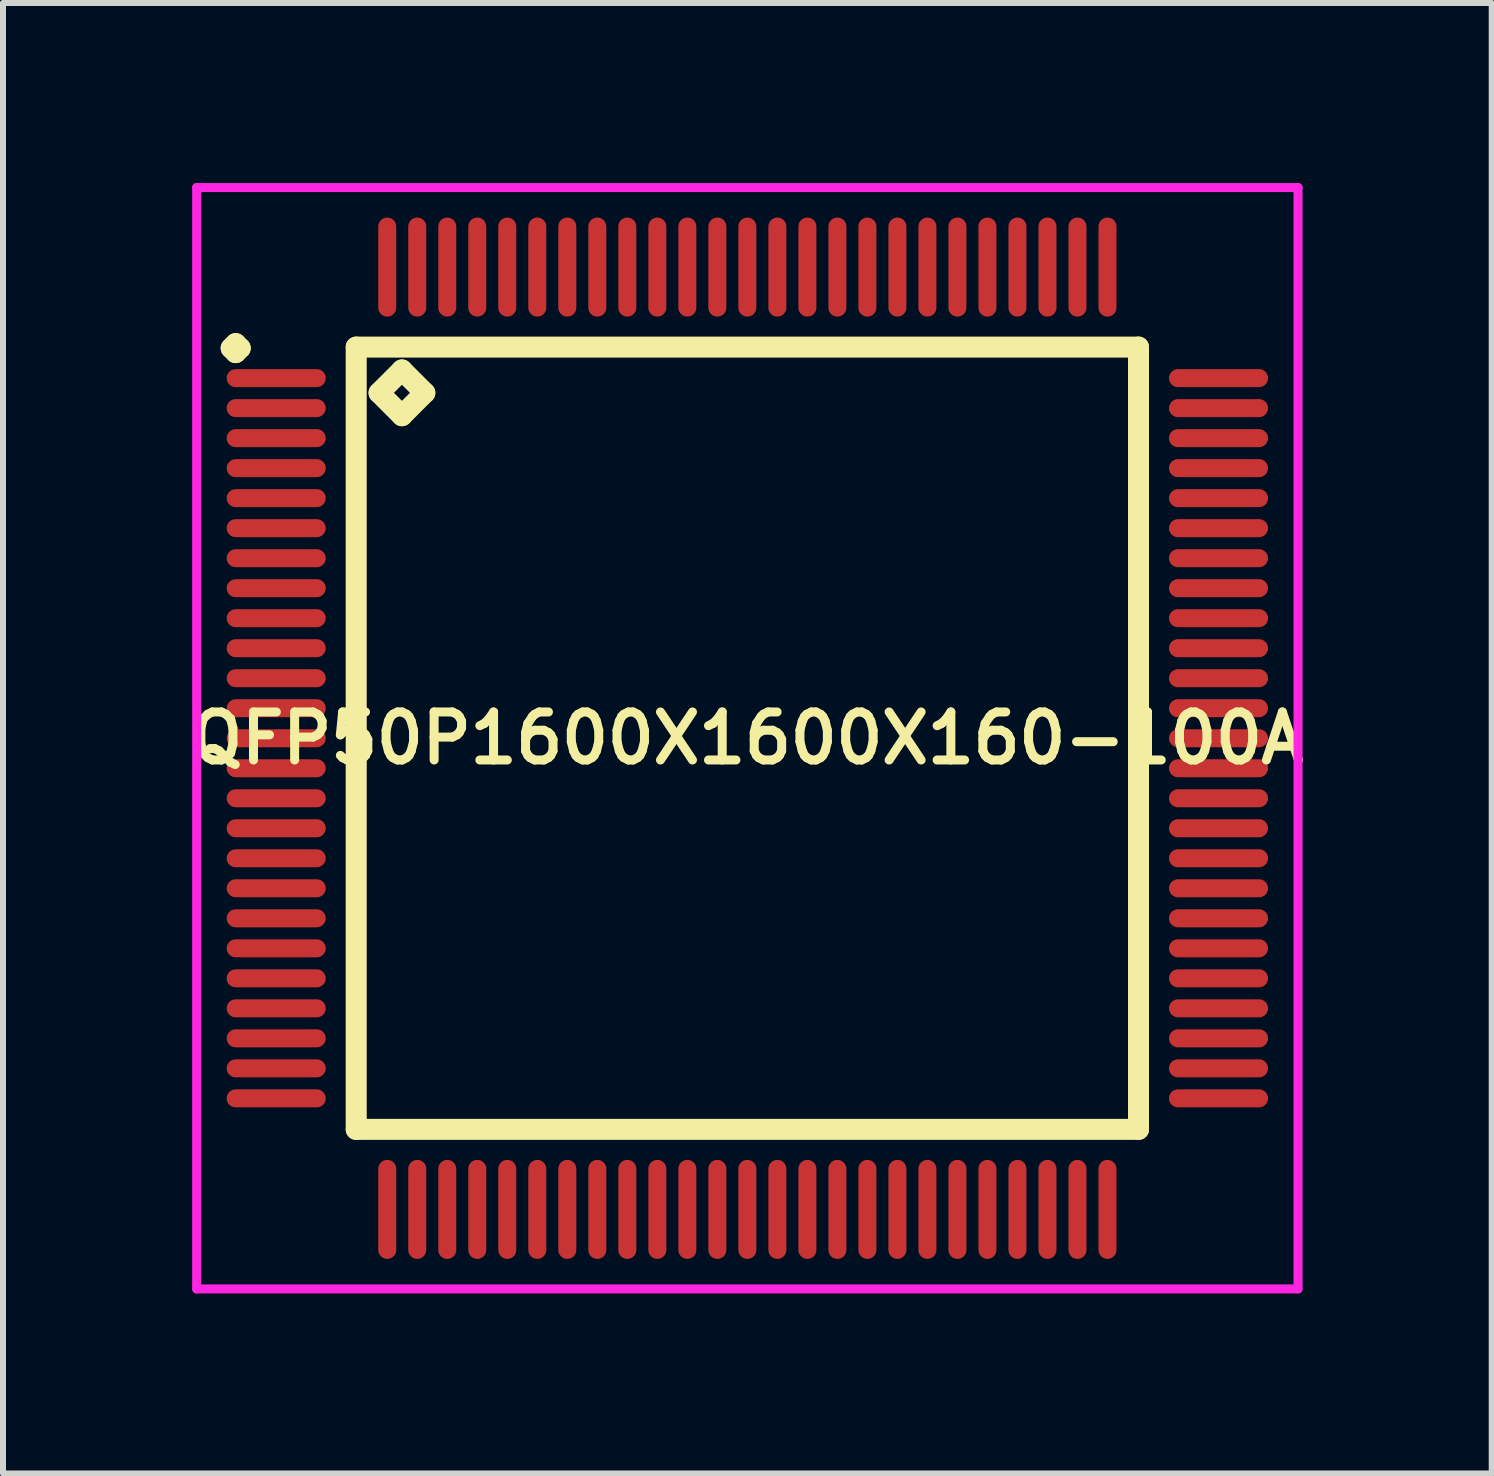
<source format=kicad_pcb>
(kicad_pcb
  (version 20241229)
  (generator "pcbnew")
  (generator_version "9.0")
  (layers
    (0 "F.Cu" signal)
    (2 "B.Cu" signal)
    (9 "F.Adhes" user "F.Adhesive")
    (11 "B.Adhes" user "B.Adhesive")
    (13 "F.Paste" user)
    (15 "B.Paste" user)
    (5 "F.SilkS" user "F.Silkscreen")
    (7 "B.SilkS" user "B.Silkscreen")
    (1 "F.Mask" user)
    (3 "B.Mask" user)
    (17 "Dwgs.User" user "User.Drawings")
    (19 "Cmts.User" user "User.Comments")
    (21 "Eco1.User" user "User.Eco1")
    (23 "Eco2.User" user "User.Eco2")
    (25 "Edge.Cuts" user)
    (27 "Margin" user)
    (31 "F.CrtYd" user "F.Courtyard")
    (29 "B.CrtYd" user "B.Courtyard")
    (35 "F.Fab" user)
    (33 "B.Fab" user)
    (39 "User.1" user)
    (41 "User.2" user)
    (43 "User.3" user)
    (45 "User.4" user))
  (footprint "QFP50P1600X1600X160-100A"
    (layer "F.Cu")
    (at 9.402 9.25)
    (property "Reference" "QFP50P1600X1600X160-100A" (at 0 0 0) (layer "F.SilkS") (effects (font (size 0.8 0.8) (thickness 0.15))))
    (attr smd)
    (fp_line (start -8.6 -6.5) (end -8.525 -6.575) (stroke (width 0.35) (type solid)) (layer "F.SilkS"))
    (fp_line (start -8.525 -6.575) (end -8.45 -6.5) (stroke (width 0.35) (type solid)) (layer "F.SilkS"))
    (fp_line (start -8.525 -6.425) (end -8.6 -6.5) (stroke (width 0.35) (type solid)) (layer "F.SilkS"))
    (fp_line (start -8.45 -6.5) (end -8.525 -6.425) (stroke (width 0.35) (type solid)) (layer "F.SilkS"))
    (fp_line (start -6.517 -6.517) (end -6.517 6.517) (stroke (width 0.35) (type solid)) (layer "F.SilkS"))
    (fp_line (start -6.517 6.517) (end 6.517 6.517) (stroke (width 0.35) (type solid)) (layer "F.SilkS"))
    (fp_line (start -6.136 -5.755) (end -5.755 -6.136) (stroke (width 0.35) (type solid)) (layer "F.SilkS"))
    (fp_line (start -5.755 -6.136) (end -5.374 -5.755) (stroke (width 0.35) (type solid)) (layer "F.SilkS"))
    (fp_line (start -5.755 -5.374) (end -6.136 -5.755) (stroke (width 0.35) (type solid)) (layer "F.SilkS"))
    (fp_line (start -5.374 -5.755) (end -5.755 -5.374) (stroke (width 0.35) (type solid)) (layer "F.SilkS"))
    (fp_line (start 6.517 -6.517) (end -6.517 -6.517) (stroke (width 0.35) (type solid)) (layer "F.SilkS"))
    (fp_line (start 6.517 6.517) (end 6.517 -6.517) (stroke (width 0.35) (type solid)) (layer "F.SilkS"))
    (fp_line (start -9.175 -9.175) (end 9.175 -9.175) (stroke (width 0.15) (type solid)) (layer "F.CrtYd"))
    (fp_line (start -9.175 9.175) (end -9.175 -9.175) (stroke (width 0.15) (type solid)) (layer "F.CrtYd"))
    (fp_line (start 9.175 -9.175) (end 9.175 9.175) (stroke (width 0.15) (type solid)) (layer "F.CrtYd"))
    (fp_line (start 9.175 9.175) (end -9.175 9.175) (stroke (width 0.15) (type solid)) (layer "F.CrtYd"))
    (pad "1" smd oval (at -7.85 -6) (size 1.65 0.3) (layers "F.Cu" "F.Mask" "F.Paste"))
    (pad "2" smd oval (at -7.85 -5.5) (size 1.65 0.3) (layers "F.Cu" "F.Mask" "F.Paste"))
    (pad "3" smd oval (at -7.85 -5) (size 1.65 0.3) (layers "F.Cu" "F.Mask" "F.Paste"))
    (pad "4" smd oval (at -7.85 -4.5) (size 1.65 0.3) (layers "F.Cu" "F.Mask" "F.Paste"))
    (pad "5" smd oval (at -7.85 -4) (size 1.65 0.3) (layers "F.Cu" "F.Mask" "F.Paste"))
    (pad "6" smd oval (at -7.85 -3.5) (size 1.65 0.3) (layers "F.Cu" "F.Mask" "F.Paste"))
    (pad "7" smd oval (at -7.85 -3) (size 1.65 0.3) (layers "F.Cu" "F.Mask" "F.Paste"))
    (pad "8" smd oval (at -7.85 -2.5) (size 1.65 0.3) (layers "F.Cu" "F.Mask" "F.Paste"))
    (pad "9" smd oval (at -7.85 -2) (size 1.65 0.3) (layers "F.Cu" "F.Mask" "F.Paste"))
    (pad "10" smd oval (at -7.85 -1.5) (size 1.65 0.3) (layers "F.Cu" "F.Mask" "F.Paste"))
    (pad "11" smd oval (at -7.85 -1) (size 1.65 0.3) (layers "F.Cu" "F.Mask" "F.Paste"))
    (pad "12" smd oval (at -7.85 -0.5) (size 1.65 0.3) (layers "F.Cu" "F.Mask" "F.Paste"))
    (pad "13" smd oval (at -7.85 0) (size 1.65 0.3) (layers "F.Cu" "F.Mask" "F.Paste"))
    (pad "14" smd oval (at -7.85 0.5) (size 1.65 0.3) (layers "F.Cu" "F.Mask" "F.Paste"))
    (pad "15" smd oval (at -7.85 1) (size 1.65 0.3) (layers "F.Cu" "F.Mask" "F.Paste"))
    (pad "16" smd oval (at -7.85 1.5) (size 1.65 0.3) (layers "F.Cu" "F.Mask" "F.Paste"))
    (pad "17" smd oval (at -7.85 2) (size 1.65 0.3) (layers "F.Cu" "F.Mask" "F.Paste"))
    (pad "18" smd oval (at -7.85 2.5) (size 1.65 0.3) (layers "F.Cu" "F.Mask" "F.Paste"))
    (pad "19" smd oval (at -7.85 3) (size 1.65 0.3) (layers "F.Cu" "F.Mask" "F.Paste"))
    (pad "20" smd oval (at -7.85 3.5) (size 1.65 0.3) (layers "F.Cu" "F.Mask" "F.Paste"))
    (pad "21" smd oval (at -7.85 4) (size 1.65 0.3) (layers "F.Cu" "F.Mask" "F.Paste"))
    (pad "22" smd oval (at -7.85 4.5) (size 1.65 0.3) (layers "F.Cu" "F.Mask" "F.Paste"))
    (pad "23" smd oval (at -7.85 5) (size 1.65 0.3) (layers "F.Cu" "F.Mask" "F.Paste"))
    (pad "24" smd oval (at -7.85 5.5) (size 1.65 0.3) (layers "F.Cu" "F.Mask" "F.Paste"))
    (pad "25" smd oval (at -7.85 6) (size 1.65 0.3) (layers "F.Cu" "F.Mask" "F.Paste"))
    (pad "26" smd oval (at -6 7.85) (size 0.3 1.65) (layers "F.Cu" "F.Mask" "F.Paste"))
    (pad "27" smd oval (at -5.5 7.85) (size 0.3 1.65) (layers "F.Cu" "F.Mask" "F.Paste"))
    (pad "28" smd oval (at -5 7.85) (size 0.3 1.65) (layers "F.Cu" "F.Mask" "F.Paste"))
    (pad "29" smd oval (at -4.5 7.85) (size 0.3 1.65) (layers "F.Cu" "F.Mask" "F.Paste"))
    (pad "30" smd oval (at -4 7.85) (size 0.3 1.65) (layers "F.Cu" "F.Mask" "F.Paste"))
    (pad "31" smd oval (at -3.5 7.85) (size 0.3 1.65) (layers "F.Cu" "F.Mask" "F.Paste"))
    (pad "32" smd oval (at -3 7.85) (size 0.3 1.65) (layers "F.Cu" "F.Mask" "F.Paste"))
    (pad "33" smd oval (at -2.5 7.85) (size 0.3 1.65) (layers "F.Cu" "F.Mask" "F.Paste"))
    (pad "34" smd oval (at -2 7.85) (size 0.3 1.65) (layers "F.Cu" "F.Mask" "F.Paste"))
    (pad "35" smd oval (at -1.5 7.85) (size 0.3 1.65) (layers "F.Cu" "F.Mask" "F.Paste"))
    (pad "36" smd oval (at -1 7.85) (size 0.3 1.65) (layers "F.Cu" "F.Mask" "F.Paste"))
    (pad "37" smd oval (at -0.5 7.85) (size 0.3 1.65) (layers "F.Cu" "F.Mask" "F.Paste"))
    (pad "38" smd oval (at 0 7.85) (size 0.3 1.65) (layers "F.Cu" "F.Mask" "F.Paste"))
    (pad "39" smd oval (at 0.5 7.85) (size 0.3 1.65) (layers "F.Cu" "F.Mask" "F.Paste"))
    (pad "40" smd oval (at 1 7.85) (size 0.3 1.65) (layers "F.Cu" "F.Mask" "F.Paste"))
    (pad "41" smd oval (at 1.5 7.85) (size 0.3 1.65) (layers "F.Cu" "F.Mask" "F.Paste"))
    (pad "42" smd oval (at 2 7.85) (size 0.3 1.65) (layers "F.Cu" "F.Mask" "F.Paste"))
    (pad "43" smd oval (at 2.5 7.85) (size 0.3 1.65) (layers "F.Cu" "F.Mask" "F.Paste"))
    (pad "44" smd oval (at 3 7.85) (size 0.3 1.65) (layers "F.Cu" "F.Mask" "F.Paste"))
    (pad "45" smd oval (at 3.5 7.85) (size 0.3 1.65) (layers "F.Cu" "F.Mask" "F.Paste"))
    (pad "46" smd oval (at 4 7.85) (size 0.3 1.65) (layers "F.Cu" "F.Mask" "F.Paste"))
    (pad "47" smd oval (at 4.5 7.85) (size 0.3 1.65) (layers "F.Cu" "F.Mask" "F.Paste"))
    (pad "48" smd oval (at 5 7.85) (size 0.3 1.65) (layers "F.Cu" "F.Mask" "F.Paste"))
    (pad "49" smd oval (at 5.5 7.85) (size 0.3 1.65) (layers "F.Cu" "F.Mask" "F.Paste"))
    (pad "50" smd oval (at 6 7.85) (size 0.3 1.65) (layers "F.Cu" "F.Mask" "F.Paste"))
    (pad "51" smd oval (at 7.85 6) (size 1.65 0.3) (layers "F.Cu" "F.Mask" "F.Paste"))
    (pad "52" smd oval (at 7.85 5.5) (size 1.65 0.3) (layers "F.Cu" "F.Mask" "F.Paste"))
    (pad "53" smd oval (at 7.85 5) (size 1.65 0.3) (layers "F.Cu" "F.Mask" "F.Paste"))
    (pad "54" smd oval (at 7.85 4.5) (size 1.65 0.3) (layers "F.Cu" "F.Mask" "F.Paste"))
    (pad "55" smd oval (at 7.85 4) (size 1.65 0.3) (layers "F.Cu" "F.Mask" "F.Paste"))
    (pad "56" smd oval (at 7.85 3.5) (size 1.65 0.3) (layers "F.Cu" "F.Mask" "F.Paste"))
    (pad "57" smd oval (at 7.85 3) (size 1.65 0.3) (layers "F.Cu" "F.Mask" "F.Paste"))
    (pad "58" smd oval (at 7.85 2.5) (size 1.65 0.3) (layers "F.Cu" "F.Mask" "F.Paste"))
    (pad "59" smd oval (at 7.85 2) (size 1.65 0.3) (layers "F.Cu" "F.Mask" "F.Paste"))
    (pad "60" smd oval (at 7.85 1.5) (size 1.65 0.3) (layers "F.Cu" "F.Mask" "F.Paste"))
    (pad "61" smd oval (at 7.85 1) (size 1.65 0.3) (layers "F.Cu" "F.Mask" "F.Paste"))
    (pad "62" smd oval (at 7.85 0.5) (size 1.65 0.3) (layers "F.Cu" "F.Mask" "F.Paste"))
    (pad "63" smd oval (at 7.85 0) (size 1.65 0.3) (layers "F.Cu" "F.Mask" "F.Paste"))
    (pad "64" smd oval (at 7.85 -0.5) (size 1.65 0.3) (layers "F.Cu" "F.Mask" "F.Paste"))
    (pad "65" smd oval (at 7.85 -1) (size 1.65 0.3) (layers "F.Cu" "F.Mask" "F.Paste"))
    (pad "66" smd oval (at 7.85 -1.5) (size 1.65 0.3) (layers "F.Cu" "F.Mask" "F.Paste"))
    (pad "67" smd oval (at 7.85 -2) (size 1.65 0.3) (layers "F.Cu" "F.Mask" "F.Paste"))
    (pad "68" smd oval (at 7.85 -2.5) (size 1.65 0.3) (layers "F.Cu" "F.Mask" "F.Paste"))
    (pad "69" smd oval (at 7.85 -3) (size 1.65 0.3) (layers "F.Cu" "F.Mask" "F.Paste"))
    (pad "70" smd oval (at 7.85 -3.5) (size 1.65 0.3) (layers "F.Cu" "F.Mask" "F.Paste"))
    (pad "71" smd oval (at 7.85 -4) (size 1.65 0.3) (layers "F.Cu" "F.Mask" "F.Paste"))
    (pad "72" smd oval (at 7.85 -4.5) (size 1.65 0.3) (layers "F.Cu" "F.Mask" "F.Paste"))
    (pad "73" smd oval (at 7.85 -5) (size 1.65 0.3) (layers "F.Cu" "F.Mask" "F.Paste"))
    (pad "74" smd oval (at 7.85 -5.5) (size 1.65 0.3) (layers "F.Cu" "F.Mask" "F.Paste"))
    (pad "75" smd oval (at 7.85 -6) (size 1.65 0.3) (layers "F.Cu" "F.Mask" "F.Paste"))
    (pad "76" smd oval (at 6 -7.85) (size 0.3 1.65) (layers "F.Cu" "F.Mask" "F.Paste"))
    (pad "77" smd oval (at 5.5 -7.85) (size 0.3 1.65) (layers "F.Cu" "F.Mask" "F.Paste"))
    (pad "78" smd oval (at 5 -7.85) (size 0.3 1.65) (layers "F.Cu" "F.Mask" "F.Paste"))
    (pad "79" smd oval (at 4.5 -7.85) (size 0.3 1.65) (layers "F.Cu" "F.Mask" "F.Paste"))
    (pad "80" smd oval (at 4 -7.85) (size 0.3 1.65) (layers "F.Cu" "F.Mask" "F.Paste"))
    (pad "81" smd oval (at 3.5 -7.85) (size 0.3 1.65) (layers "F.Cu" "F.Mask" "F.Paste"))
    (pad "82" smd oval (at 3 -7.85) (size 0.3 1.65) (layers "F.Cu" "F.Mask" "F.Paste"))
    (pad "83" smd oval (at 2.5 -7.85) (size 0.3 1.65) (layers "F.Cu" "F.Mask" "F.Paste"))
    (pad "84" smd oval (at 2 -7.85) (size 0.3 1.65) (layers "F.Cu" "F.Mask" "F.Paste"))
    (pad "85" smd oval (at 1.5 -7.85) (size 0.3 1.65) (layers "F.Cu" "F.Mask" "F.Paste"))
    (pad "86" smd oval (at 1 -7.85) (size 0.3 1.65) (layers "F.Cu" "F.Mask" "F.Paste"))
    (pad "87" smd oval (at 0.5 -7.85) (size 0.3 1.65) (layers "F.Cu" "F.Mask" "F.Paste"))
    (pad "88" smd oval (at 0 -7.85) (size 0.3 1.65) (layers "F.Cu" "F.Mask" "F.Paste"))
    (pad "89" smd oval (at -0.5 -7.85) (size 0.3 1.65) (layers "F.Cu" "F.Mask" "F.Paste"))
    (pad "90" smd oval (at -1 -7.85) (size 0.3 1.65) (layers "F.Cu" "F.Mask" "F.Paste"))
    (pad "91" smd oval (at -1.5 -7.85) (size 0.3 1.65) (layers "F.Cu" "F.Mask" "F.Paste"))
    (pad "92" smd oval (at -2 -7.85) (size 0.3 1.65) (layers "F.Cu" "F.Mask" "F.Paste"))
    (pad "93" smd oval (at -2.5 -7.85) (size 0.3 1.65) (layers "F.Cu" "F.Mask" "F.Paste"))
    (pad "94" smd oval (at -3 -7.85) (size 0.3 1.65) (layers "F.Cu" "F.Mask" "F.Paste"))
    (pad "95" smd oval (at -3.5 -7.85) (size 0.3 1.65) (layers "F.Cu" "F.Mask" "F.Paste"))
    (pad "96" smd oval (at -4 -7.85) (size 0.3 1.65) (layers "F.Cu" "F.Mask" "F.Paste"))
    (pad "97" smd oval (at -4.5 -7.85) (size 0.3 1.65) (layers "F.Cu" "F.Mask" "F.Paste"))
    (pad "98" smd oval (at -5 -7.85) (size 0.3 1.65) (layers "F.Cu" "F.Mask" "F.Paste"))
    (pad "99" smd oval (at -5.5 -7.85) (size 0.3 1.65) (layers "F.Cu" "F.Mask" "F.Paste"))
    (pad "100" smd oval (at -6 -7.85) (size 0.3 1.65) (layers "F.Cu" "F.Mask" "F.Paste")))
  (gr_rect
    (start -3 -3)
    (end 21.804 21.5)
    (stroke (width 0.1) (type default))
    (fill no)
    (layer "Edge.Cuts")))
</source>
